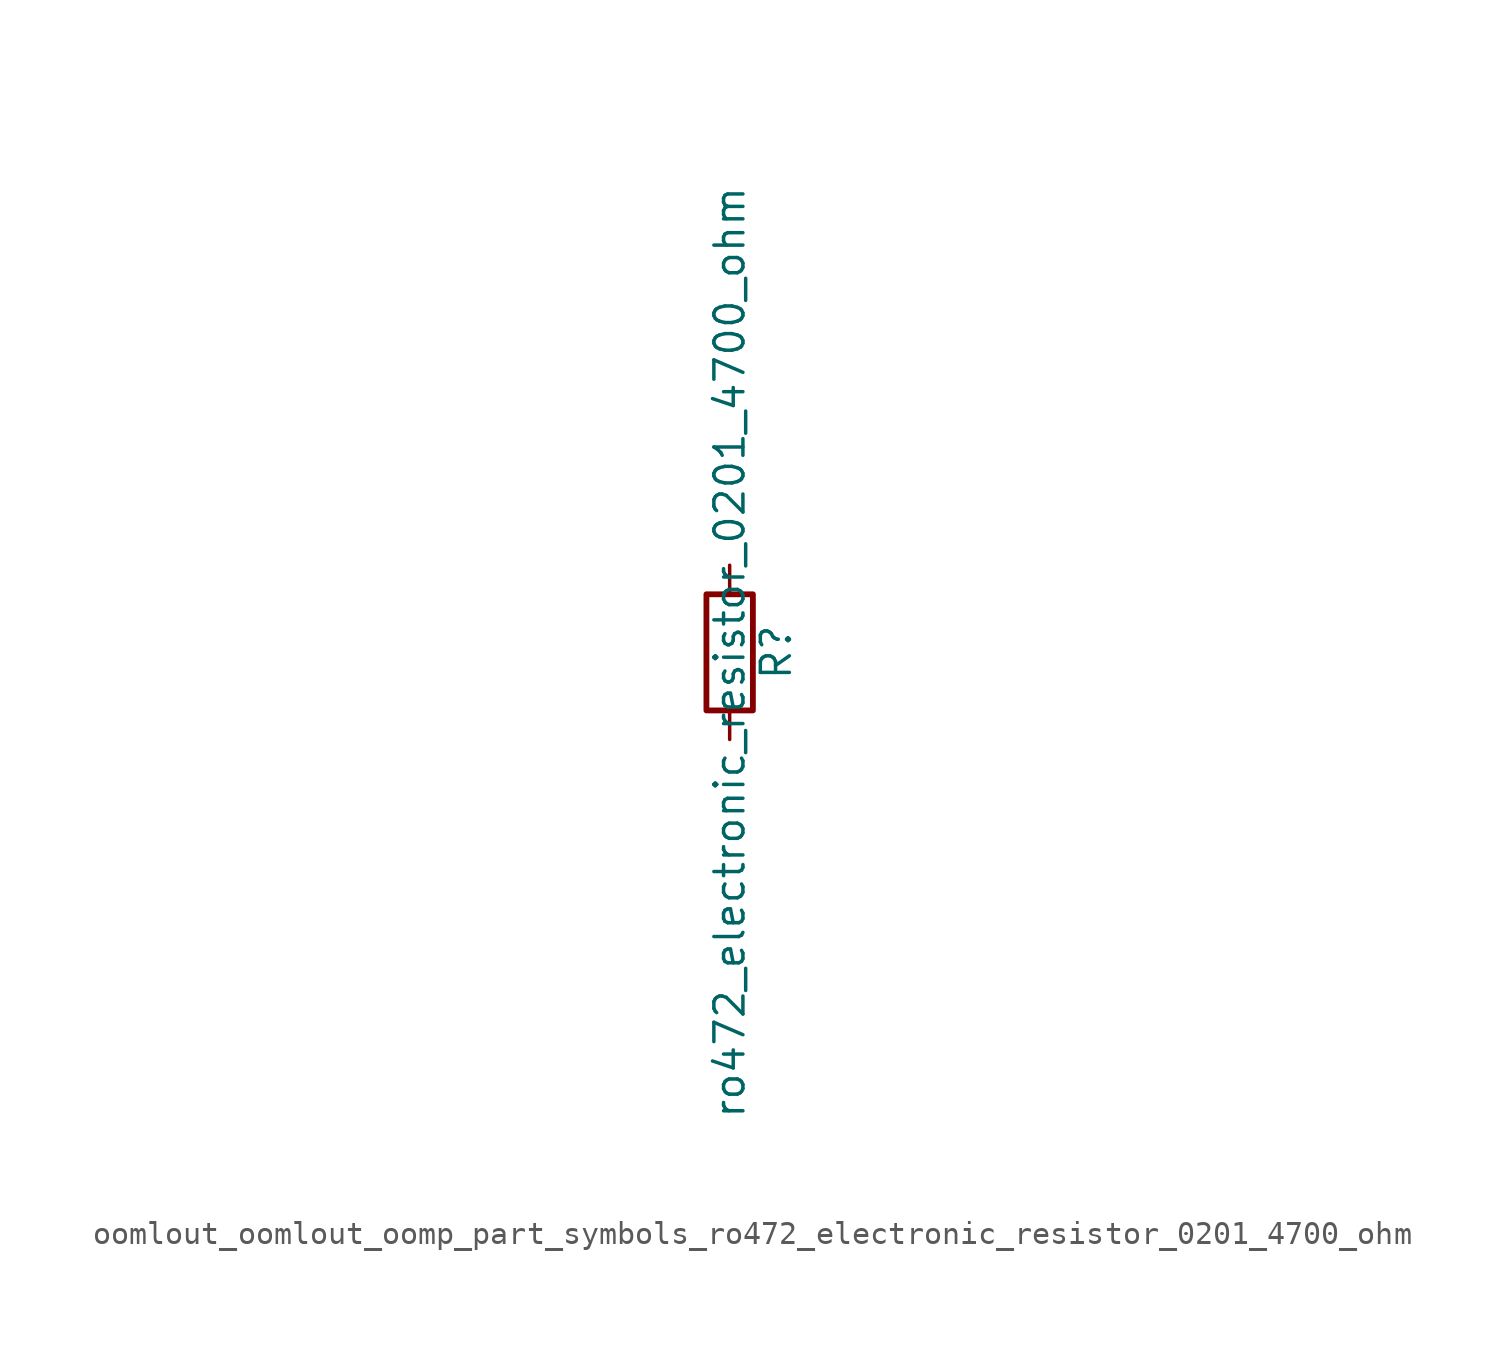
<source format=kicad_sym>
(kicad_symbol_lib
  (version 20220914)
  (generator kicad_symbol_editor)
  (symbol "oomlout_oomlout_oomp_part_symbols_ro472_electronic_resistor_0201_4700_ohm"
    (pin_numbers hide)
    (pin_names
      (offset 0))
    (property "Reference" "R"
      (at 2.032 0 90)
      (effects (font (size 1.27 1.27))))
    (property "Value" "ro472_electronic_resistor_0201_4700_ohm"
      (at 0 0 90)
      (effects (font (size 1.27 1.27))))
    (symbol "oomlout_oomlout_oomp_part_symbols_ro472_electronic_resistor_0201_4700_ohm_0_1"
      (rectangle (start -1.016 -2.54) (end 1.016 2.54) (stroke (width 0.254) (type default)) (fill (type none))))
    (symbol "oomlout_oomlout_oomp_part_symbols_ro472_electronic_resistor_0201_4700_ohm_1_1"
      (pin passive line (at 0 3.81 270) (length 1.27) (name "~" (effects (font (size 1.27 1.27)))) (number "1" (effects (font (size 1.27 1.27)))))
      (pin passive line (at 0 -3.81 90) (length 1.27) (name "~" (effects (font (size 1.27 1.27)))) (number "2" (effects (font (size 1.27 1.27))))))))
</source>
